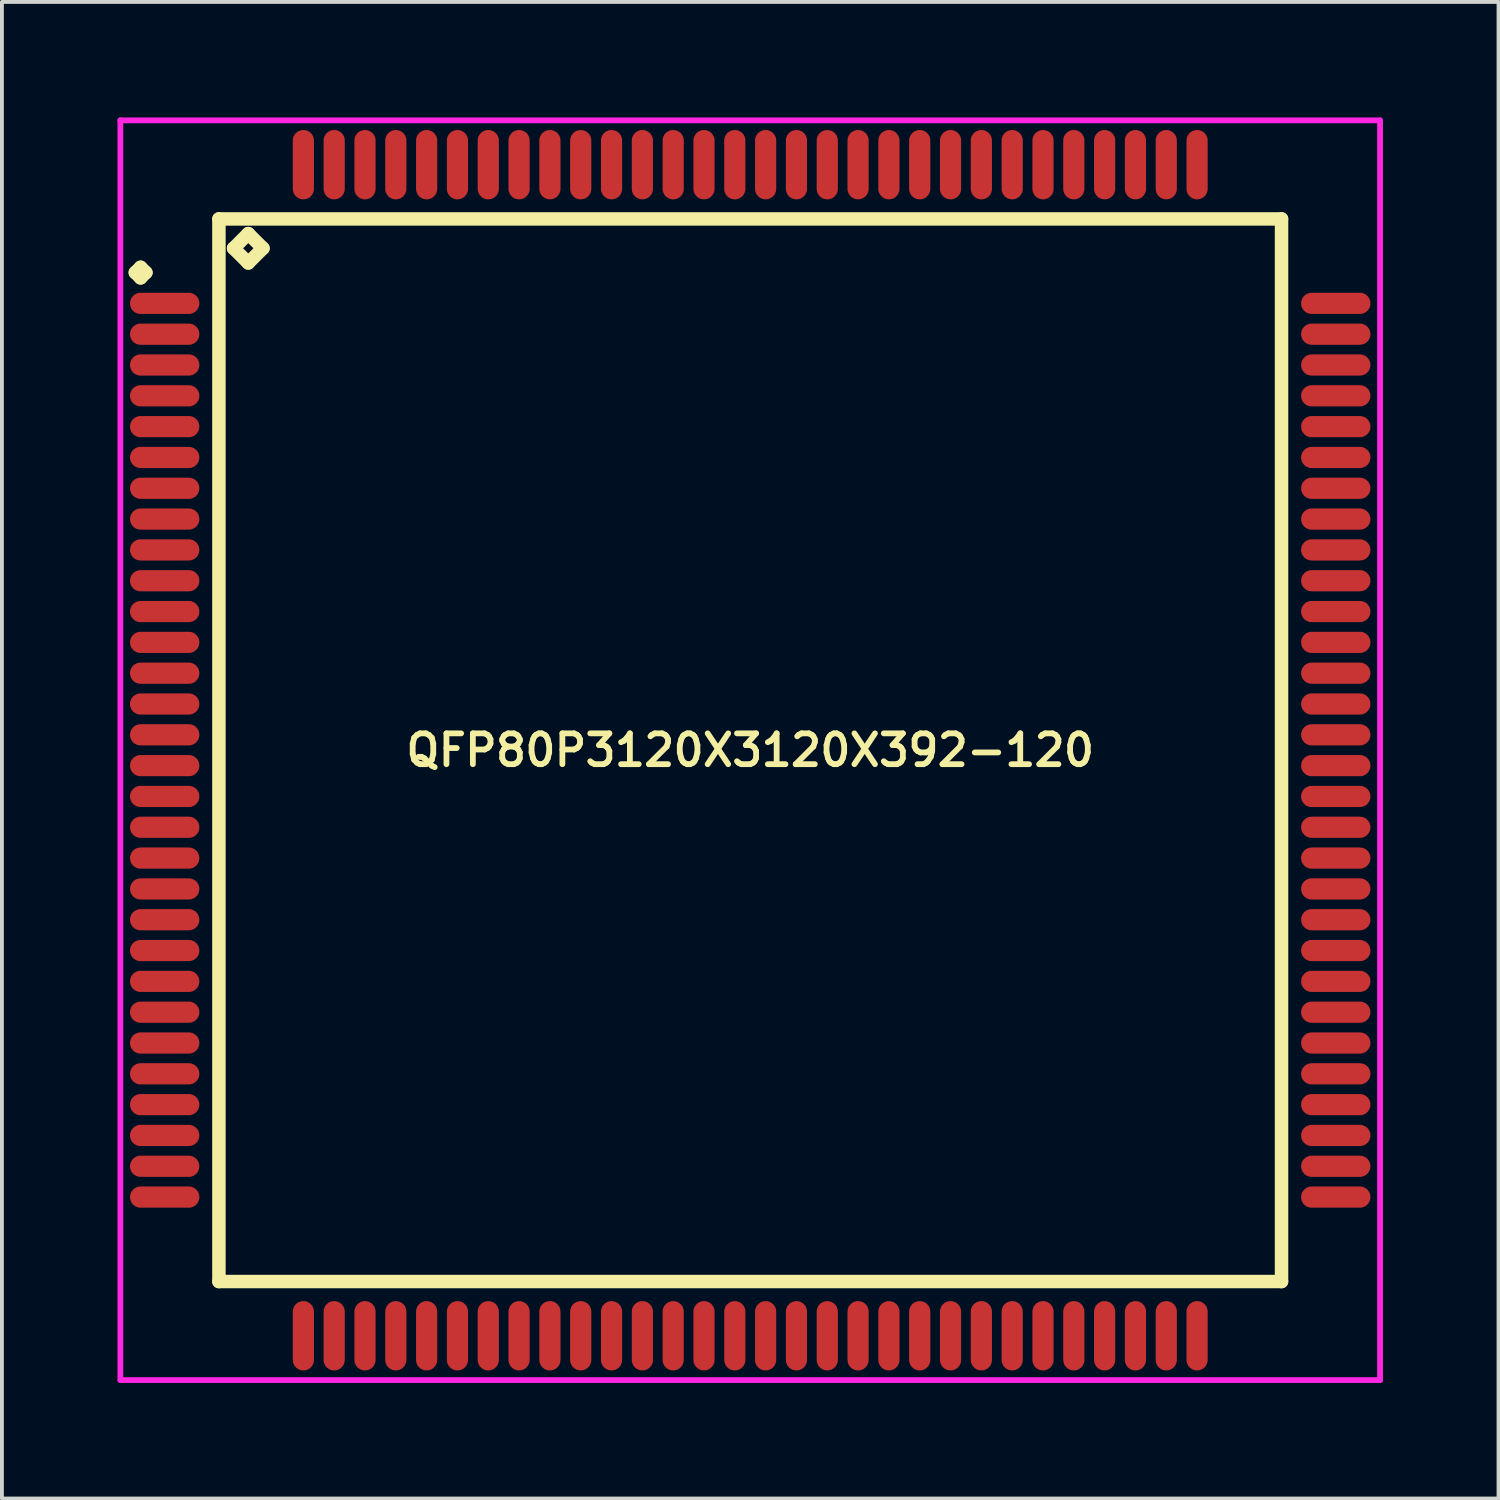
<source format=kicad_pcb>
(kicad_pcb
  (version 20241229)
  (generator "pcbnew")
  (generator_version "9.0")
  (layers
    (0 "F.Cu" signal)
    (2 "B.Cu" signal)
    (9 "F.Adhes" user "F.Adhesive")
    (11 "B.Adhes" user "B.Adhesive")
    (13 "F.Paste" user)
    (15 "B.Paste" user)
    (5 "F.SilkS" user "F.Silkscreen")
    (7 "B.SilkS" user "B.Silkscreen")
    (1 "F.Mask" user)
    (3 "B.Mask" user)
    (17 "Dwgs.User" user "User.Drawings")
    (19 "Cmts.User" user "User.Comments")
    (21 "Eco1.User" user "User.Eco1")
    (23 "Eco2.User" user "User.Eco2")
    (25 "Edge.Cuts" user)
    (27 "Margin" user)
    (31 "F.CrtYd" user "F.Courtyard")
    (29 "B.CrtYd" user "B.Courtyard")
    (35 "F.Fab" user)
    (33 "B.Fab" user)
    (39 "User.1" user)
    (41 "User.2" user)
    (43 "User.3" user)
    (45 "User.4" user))
  (footprint "QFP80P3120X3120X392-120"
    (layer "F.Cu")
    (at 16.425 16.425)
    (property "Reference" "QFP80P3120X3120X392-120" (at 0 0 0) (layer "F.SilkS") (effects (font (size 0.8 0.8) (thickness 0.15))))
    (attr smd)
    (fp_line (start -15.963 -12.4) (end -15.825 -12.537) (stroke (width 0.35) (type solid)) (layer "F.SilkS"))
    (fp_line (start -15.825 -12.537) (end -15.688 -12.4) (stroke (width 0.35) (type solid)) (layer "F.SilkS"))
    (fp_line (start -15.825 -12.262) (end -15.963 -12.4) (stroke (width 0.35) (type solid)) (layer "F.SilkS"))
    (fp_line (start -15.688 -12.4) (end -15.825 -12.262) (stroke (width 0.35) (type solid)) (layer "F.SilkS"))
    (fp_line (start -13.792 -13.792) (end -13.792 13.792) (stroke (width 0.35) (type solid)) (layer "F.SilkS"))
    (fp_line (start -13.792 13.792) (end 13.792 13.792) (stroke (width 0.35) (type solid)) (layer "F.SilkS"))
    (fp_line (start -13.411 -13.03) (end -13.03 -13.411) (stroke (width 0.35) (type solid)) (layer "F.SilkS"))
    (fp_line (start -13.03 -13.411) (end -12.649 -13.03) (stroke (width 0.35) (type solid)) (layer "F.SilkS"))
    (fp_line (start -13.03 -12.649) (end -13.411 -13.03) (stroke (width 0.35) (type solid)) (layer "F.SilkS"))
    (fp_line (start -12.649 -13.03) (end -13.03 -12.649) (stroke (width 0.35) (type solid)) (layer "F.SilkS"))
    (fp_line (start 13.792 -13.792) (end -13.792 -13.792) (stroke (width 0.35) (type solid)) (layer "F.SilkS"))
    (fp_line (start 13.792 13.792) (end 13.792 -13.792) (stroke (width 0.35) (type solid)) (layer "F.SilkS"))
    (fp_line (start -16.35 -16.35) (end 16.35 -16.35) (stroke (width 0.15) (type solid)) (layer "F.CrtYd"))
    (fp_line (start -16.35 16.35) (end -16.35 -16.35) (stroke (width 0.15) (type solid)) (layer "F.CrtYd"))
    (fp_line (start 16.35 -16.35) (end 16.35 16.35) (stroke (width 0.15) (type solid)) (layer "F.CrtYd"))
    (fp_line (start 16.35 16.35) (end -16.35 16.35) (stroke (width 0.15) (type solid)) (layer "F.CrtYd"))
    (pad "1" smd oval (at -15.2 -11.6) (size 1.8 0.55) (layers "F.Cu" "F.Mask" "F.Paste"))
    (pad "2" smd oval (at -15.2 -10.8) (size 1.8 0.55) (layers "F.Cu" "F.Mask" "F.Paste"))
    (pad "3" smd oval (at -15.2 -10) (size 1.8 0.55) (layers "F.Cu" "F.Mask" "F.Paste"))
    (pad "4" smd oval (at -15.2 -9.2) (size 1.8 0.55) (layers "F.Cu" "F.Mask" "F.Paste"))
    (pad "5" smd oval (at -15.2 -8.4) (size 1.8 0.55) (layers "F.Cu" "F.Mask" "F.Paste"))
    (pad "6" smd oval (at -15.2 -7.6) (size 1.8 0.55) (layers "F.Cu" "F.Mask" "F.Paste"))
    (pad "7" smd oval (at -15.2 -6.8) (size 1.8 0.55) (layers "F.Cu" "F.Mask" "F.Paste"))
    (pad "8" smd oval (at -15.2 -6) (size 1.8 0.55) (layers "F.Cu" "F.Mask" "F.Paste"))
    (pad "9" smd oval (at -15.2 -5.2) (size 1.8 0.55) (layers "F.Cu" "F.Mask" "F.Paste"))
    (pad "10" smd oval (at -15.2 -4.4) (size 1.8 0.55) (layers "F.Cu" "F.Mask" "F.Paste"))
    (pad "11" smd oval (at -15.2 -3.6) (size 1.8 0.55) (layers "F.Cu" "F.Mask" "F.Paste"))
    (pad "12" smd oval (at -15.2 -2.8) (size 1.8 0.55) (layers "F.Cu" "F.Mask" "F.Paste"))
    (pad "13" smd oval (at -15.2 -2) (size 1.8 0.55) (layers "F.Cu" "F.Mask" "F.Paste"))
    (pad "14" smd oval (at -15.2 -1.2) (size 1.8 0.55) (layers "F.Cu" "F.Mask" "F.Paste"))
    (pad "15" smd oval (at -15.2 -0.4) (size 1.8 0.55) (layers "F.Cu" "F.Mask" "F.Paste"))
    (pad "16" smd oval (at -15.2 0.4) (size 1.8 0.55) (layers "F.Cu" "F.Mask" "F.Paste"))
    (pad "17" smd oval (at -15.2 1.2) (size 1.8 0.55) (layers "F.Cu" "F.Mask" "F.Paste"))
    (pad "18" smd oval (at -15.2 2) (size 1.8 0.55) (layers "F.Cu" "F.Mask" "F.Paste"))
    (pad "19" smd oval (at -15.2 2.8) (size 1.8 0.55) (layers "F.Cu" "F.Mask" "F.Paste"))
    (pad "20" smd oval (at -15.2 3.6) (size 1.8 0.55) (layers "F.Cu" "F.Mask" "F.Paste"))
    (pad "21" smd oval (at -15.2 4.4) (size 1.8 0.55) (layers "F.Cu" "F.Mask" "F.Paste"))
    (pad "22" smd oval (at -15.2 5.2) (size 1.8 0.55) (layers "F.Cu" "F.Mask" "F.Paste"))
    (pad "23" smd oval (at -15.2 6) (size 1.8 0.55) (layers "F.Cu" "F.Mask" "F.Paste"))
    (pad "24" smd oval (at -15.2 6.8) (size 1.8 0.55) (layers "F.Cu" "F.Mask" "F.Paste"))
    (pad "25" smd oval (at -15.2 7.6) (size 1.8 0.55) (layers "F.Cu" "F.Mask" "F.Paste"))
    (pad "26" smd oval (at -15.2 8.4) (size 1.8 0.55) (layers "F.Cu" "F.Mask" "F.Paste"))
    (pad "27" smd oval (at -15.2 9.2) (size 1.8 0.55) (layers "F.Cu" "F.Mask" "F.Paste"))
    (pad "28" smd oval (at -15.2 10) (size 1.8 0.55) (layers "F.Cu" "F.Mask" "F.Paste"))
    (pad "29" smd oval (at -15.2 10.8) (size 1.8 0.55) (layers "F.Cu" "F.Mask" "F.Paste"))
    (pad "30" smd oval (at -15.2 11.6) (size 1.8 0.55) (layers "F.Cu" "F.Mask" "F.Paste"))
    (pad "31" smd oval (at -11.6 15.2) (size 0.55 1.8) (layers "F.Cu" "F.Mask" "F.Paste"))
    (pad "32" smd oval (at -10.8 15.2) (size 0.55 1.8) (layers "F.Cu" "F.Mask" "F.Paste"))
    (pad "33" smd oval (at -10 15.2) (size 0.55 1.8) (layers "F.Cu" "F.Mask" "F.Paste"))
    (pad "34" smd oval (at -9.2 15.2) (size 0.55 1.8) (layers "F.Cu" "F.Mask" "F.Paste"))
    (pad "35" smd oval (at -8.4 15.2) (size 0.55 1.8) (layers "F.Cu" "F.Mask" "F.Paste"))
    (pad "36" smd oval (at -7.6 15.2) (size 0.55 1.8) (layers "F.Cu" "F.Mask" "F.Paste"))
    (pad "37" smd oval (at -6.8 15.2) (size 0.55 1.8) (layers "F.Cu" "F.Mask" "F.Paste"))
    (pad "38" smd oval (at -6 15.2) (size 0.55 1.8) (layers "F.Cu" "F.Mask" "F.Paste"))
    (pad "39" smd oval (at -5.2 15.2) (size 0.55 1.8) (layers "F.Cu" "F.Mask" "F.Paste"))
    (pad "40" smd oval (at -4.4 15.2) (size 0.55 1.8) (layers "F.Cu" "F.Mask" "F.Paste"))
    (pad "41" smd oval (at -3.6 15.2) (size 0.55 1.8) (layers "F.Cu" "F.Mask" "F.Paste"))
    (pad "42" smd oval (at -2.8 15.2) (size 0.55 1.8) (layers "F.Cu" "F.Mask" "F.Paste"))
    (pad "43" smd oval (at -2 15.2) (size 0.55 1.8) (layers "F.Cu" "F.Mask" "F.Paste"))
    (pad "44" smd oval (at -1.2 15.2) (size 0.55 1.8) (layers "F.Cu" "F.Mask" "F.Paste"))
    (pad "45" smd oval (at -0.4 15.2) (size 0.55 1.8) (layers "F.Cu" "F.Mask" "F.Paste"))
    (pad "46" smd oval (at 0.4 15.2) (size 0.55 1.8) (layers "F.Cu" "F.Mask" "F.Paste"))
    (pad "47" smd oval (at 1.2 15.2) (size 0.55 1.8) (layers "F.Cu" "F.Mask" "F.Paste"))
    (pad "48" smd oval (at 2 15.2) (size 0.55 1.8) (layers "F.Cu" "F.Mask" "F.Paste"))
    (pad "49" smd oval (at 2.8 15.2) (size 0.55 1.8) (layers "F.Cu" "F.Mask" "F.Paste"))
    (pad "50" smd oval (at 3.6 15.2) (size 0.55 1.8) (layers "F.Cu" "F.Mask" "F.Paste"))
    (pad "51" smd oval (at 4.4 15.2) (size 0.55 1.8) (layers "F.Cu" "F.Mask" "F.Paste"))
    (pad "52" smd oval (at 5.2 15.2) (size 0.55 1.8) (layers "F.Cu" "F.Mask" "F.Paste"))
    (pad "53" smd oval (at 6 15.2) (size 0.55 1.8) (layers "F.Cu" "F.Mask" "F.Paste"))
    (pad "54" smd oval (at 6.8 15.2) (size 0.55 1.8) (layers "F.Cu" "F.Mask" "F.Paste"))
    (pad "55" smd oval (at 7.6 15.2) (size 0.55 1.8) (layers "F.Cu" "F.Mask" "F.Paste"))
    (pad "56" smd oval (at 8.4 15.2) (size 0.55 1.8) (layers "F.Cu" "F.Mask" "F.Paste"))
    (pad "57" smd oval (at 9.2 15.2) (size 0.55 1.8) (layers "F.Cu" "F.Mask" "F.Paste"))
    (pad "58" smd oval (at 10 15.2) (size 0.55 1.8) (layers "F.Cu" "F.Mask" "F.Paste"))
    (pad "59" smd oval (at 10.8 15.2) (size 0.55 1.8) (layers "F.Cu" "F.Mask" "F.Paste"))
    (pad "60" smd oval (at 11.6 15.2) (size 0.55 1.8) (layers "F.Cu" "F.Mask" "F.Paste"))
    (pad "61" smd oval (at 15.2 11.6) (size 1.8 0.55) (layers "F.Cu" "F.Mask" "F.Paste"))
    (pad "62" smd oval (at 15.2 10.8) (size 1.8 0.55) (layers "F.Cu" "F.Mask" "F.Paste"))
    (pad "63" smd oval (at 15.2 10) (size 1.8 0.55) (layers "F.Cu" "F.Mask" "F.Paste"))
    (pad "64" smd oval (at 15.2 9.2) (size 1.8 0.55) (layers "F.Cu" "F.Mask" "F.Paste"))
    (pad "65" smd oval (at 15.2 8.4) (size 1.8 0.55) (layers "F.Cu" "F.Mask" "F.Paste"))
    (pad "66" smd oval (at 15.2 7.6) (size 1.8 0.55) (layers "F.Cu" "F.Mask" "F.Paste"))
    (pad "67" smd oval (at 15.2 6.8) (size 1.8 0.55) (layers "F.Cu" "F.Mask" "F.Paste"))
    (pad "68" smd oval (at 15.2 6) (size 1.8 0.55) (layers "F.Cu" "F.Mask" "F.Paste"))
    (pad "69" smd oval (at 15.2 5.2) (size 1.8 0.55) (layers "F.Cu" "F.Mask" "F.Paste"))
    (pad "70" smd oval (at 15.2 4.4) (size 1.8 0.55) (layers "F.Cu" "F.Mask" "F.Paste"))
    (pad "71" smd oval (at 15.2 3.6) (size 1.8 0.55) (layers "F.Cu" "F.Mask" "F.Paste"))
    (pad "72" smd oval (at 15.2 2.8) (size 1.8 0.55) (layers "F.Cu" "F.Mask" "F.Paste"))
    (pad "73" smd oval (at 15.2 2) (size 1.8 0.55) (layers "F.Cu" "F.Mask" "F.Paste"))
    (pad "74" smd oval (at 15.2 1.2) (size 1.8 0.55) (layers "F.Cu" "F.Mask" "F.Paste"))
    (pad "75" smd oval (at 15.2 0.4) (size 1.8 0.55) (layers "F.Cu" "F.Mask" "F.Paste"))
    (pad "76" smd oval (at 15.2 -0.4) (size 1.8 0.55) (layers "F.Cu" "F.Mask" "F.Paste"))
    (pad "77" smd oval (at 15.2 -1.2) (size 1.8 0.55) (layers "F.Cu" "F.Mask" "F.Paste"))
    (pad "78" smd oval (at 15.2 -2) (size 1.8 0.55) (layers "F.Cu" "F.Mask" "F.Paste"))
    (pad "79" smd oval (at 15.2 -2.8) (size 1.8 0.55) (layers "F.Cu" "F.Mask" "F.Paste"))
    (pad "80" smd oval (at 15.2 -3.6) (size 1.8 0.55) (layers "F.Cu" "F.Mask" "F.Paste"))
    (pad "81" smd oval (at 15.2 -4.4) (size 1.8 0.55) (layers "F.Cu" "F.Mask" "F.Paste"))
    (pad "82" smd oval (at 15.2 -5.2) (size 1.8 0.55) (layers "F.Cu" "F.Mask" "F.Paste"))
    (pad "83" smd oval (at 15.2 -6) (size 1.8 0.55) (layers "F.Cu" "F.Mask" "F.Paste"))
    (pad "84" smd oval (at 15.2 -6.8) (size 1.8 0.55) (layers "F.Cu" "F.Mask" "F.Paste"))
    (pad "85" smd oval (at 15.2 -7.6) (size 1.8 0.55) (layers "F.Cu" "F.Mask" "F.Paste"))
    (pad "86" smd oval (at 15.2 -8.4) (size 1.8 0.55) (layers "F.Cu" "F.Mask" "F.Paste"))
    (pad "87" smd oval (at 15.2 -9.2) (size 1.8 0.55) (layers "F.Cu" "F.Mask" "F.Paste"))
    (pad "88" smd oval (at 15.2 -10) (size 1.8 0.55) (layers "F.Cu" "F.Mask" "F.Paste"))
    (pad "89" smd oval (at 15.2 -10.8) (size 1.8 0.55) (layers "F.Cu" "F.Mask" "F.Paste"))
    (pad "90" smd oval (at 15.2 -11.6) (size 1.8 0.55) (layers "F.Cu" "F.Mask" "F.Paste"))
    (pad "91" smd oval (at 11.6 -15.2) (size 0.55 1.8) (layers "F.Cu" "F.Mask" "F.Paste"))
    (pad "92" smd oval (at 10.8 -15.2) (size 0.55 1.8) (layers "F.Cu" "F.Mask" "F.Paste"))
    (pad "93" smd oval (at 10 -15.2) (size 0.55 1.8) (layers "F.Cu" "F.Mask" "F.Paste"))
    (pad "94" smd oval (at 9.2 -15.2) (size 0.55 1.8) (layers "F.Cu" "F.Mask" "F.Paste"))
    (pad "95" smd oval (at 8.4 -15.2) (size 0.55 1.8) (layers "F.Cu" "F.Mask" "F.Paste"))
    (pad "96" smd oval (at 7.6 -15.2) (size 0.55 1.8) (layers "F.Cu" "F.Mask" "F.Paste"))
    (pad "97" smd oval (at 6.8 -15.2) (size 0.55 1.8) (layers "F.Cu" "F.Mask" "F.Paste"))
    (pad "98" smd oval (at 6 -15.2) (size 0.55 1.8) (layers "F.Cu" "F.Mask" "F.Paste"))
    (pad "99" smd oval (at 5.2 -15.2) (size 0.55 1.8) (layers "F.Cu" "F.Mask" "F.Paste"))
    (pad "100" smd oval (at 4.4 -15.2) (size 0.55 1.8) (layers "F.Cu" "F.Mask" "F.Paste"))
    (pad "101" smd oval (at 3.6 -15.2) (size 0.55 1.8) (layers "F.Cu" "F.Mask" "F.Paste"))
    (pad "102" smd oval (at 2.8 -15.2) (size 0.55 1.8) (layers "F.Cu" "F.Mask" "F.Paste"))
    (pad "103" smd oval (at 2 -15.2) (size 0.55 1.8) (layers "F.Cu" "F.Mask" "F.Paste"))
    (pad "104" smd oval (at 1.2 -15.2) (size 0.55 1.8) (layers "F.Cu" "F.Mask" "F.Paste"))
    (pad "105" smd oval (at 0.4 -15.2) (size 0.55 1.8) (layers "F.Cu" "F.Mask" "F.Paste"))
    (pad "106" smd oval (at -0.4 -15.2) (size 0.55 1.8) (layers "F.Cu" "F.Mask" "F.Paste"))
    (pad "107" smd oval (at -1.2 -15.2) (size 0.55 1.8) (layers "F.Cu" "F.Mask" "F.Paste"))
    (pad "108" smd oval (at -2 -15.2) (size 0.55 1.8) (layers "F.Cu" "F.Mask" "F.Paste"))
    (pad "109" smd oval (at -2.8 -15.2) (size 0.55 1.8) (layers "F.Cu" "F.Mask" "F.Paste"))
    (pad "110" smd oval (at -3.6 -15.2) (size 0.55 1.8) (layers "F.Cu" "F.Mask" "F.Paste"))
    (pad "111" smd oval (at -4.4 -15.2) (size 0.55 1.8) (layers "F.Cu" "F.Mask" "F.Paste"))
    (pad "112" smd oval (at -5.2 -15.2) (size 0.55 1.8) (layers "F.Cu" "F.Mask" "F.Paste"))
    (pad "113" smd oval (at -6 -15.2) (size 0.55 1.8) (layers "F.Cu" "F.Mask" "F.Paste"))
    (pad "114" smd oval (at -6.8 -15.2) (size 0.55 1.8) (layers "F.Cu" "F.Mask" "F.Paste"))
    (pad "115" smd oval (at -7.6 -15.2) (size 0.55 1.8) (layers "F.Cu" "F.Mask" "F.Paste"))
    (pad "116" smd oval (at -8.4 -15.2) (size 0.55 1.8) (layers "F.Cu" "F.Mask" "F.Paste"))
    (pad "117" smd oval (at -9.2 -15.2) (size 0.55 1.8) (layers "F.Cu" "F.Mask" "F.Paste"))
    (pad "118" smd oval (at -10 -15.2) (size 0.55 1.8) (layers "F.Cu" "F.Mask" "F.Paste"))
    (pad "119" smd oval (at -10.8 -15.2) (size 0.55 1.8) (layers "F.Cu" "F.Mask" "F.Paste"))
    (pad "120" smd oval (at -11.6 -15.2) (size 0.55 1.8) (layers "F.Cu" "F.Mask" "F.Paste")))
  (gr_rect
    (start -3 -3)
    (end 35.85 35.85)
    (stroke (width 0.1) (type default))
    (fill no)
    (layer "Edge.Cuts")))
</source>
